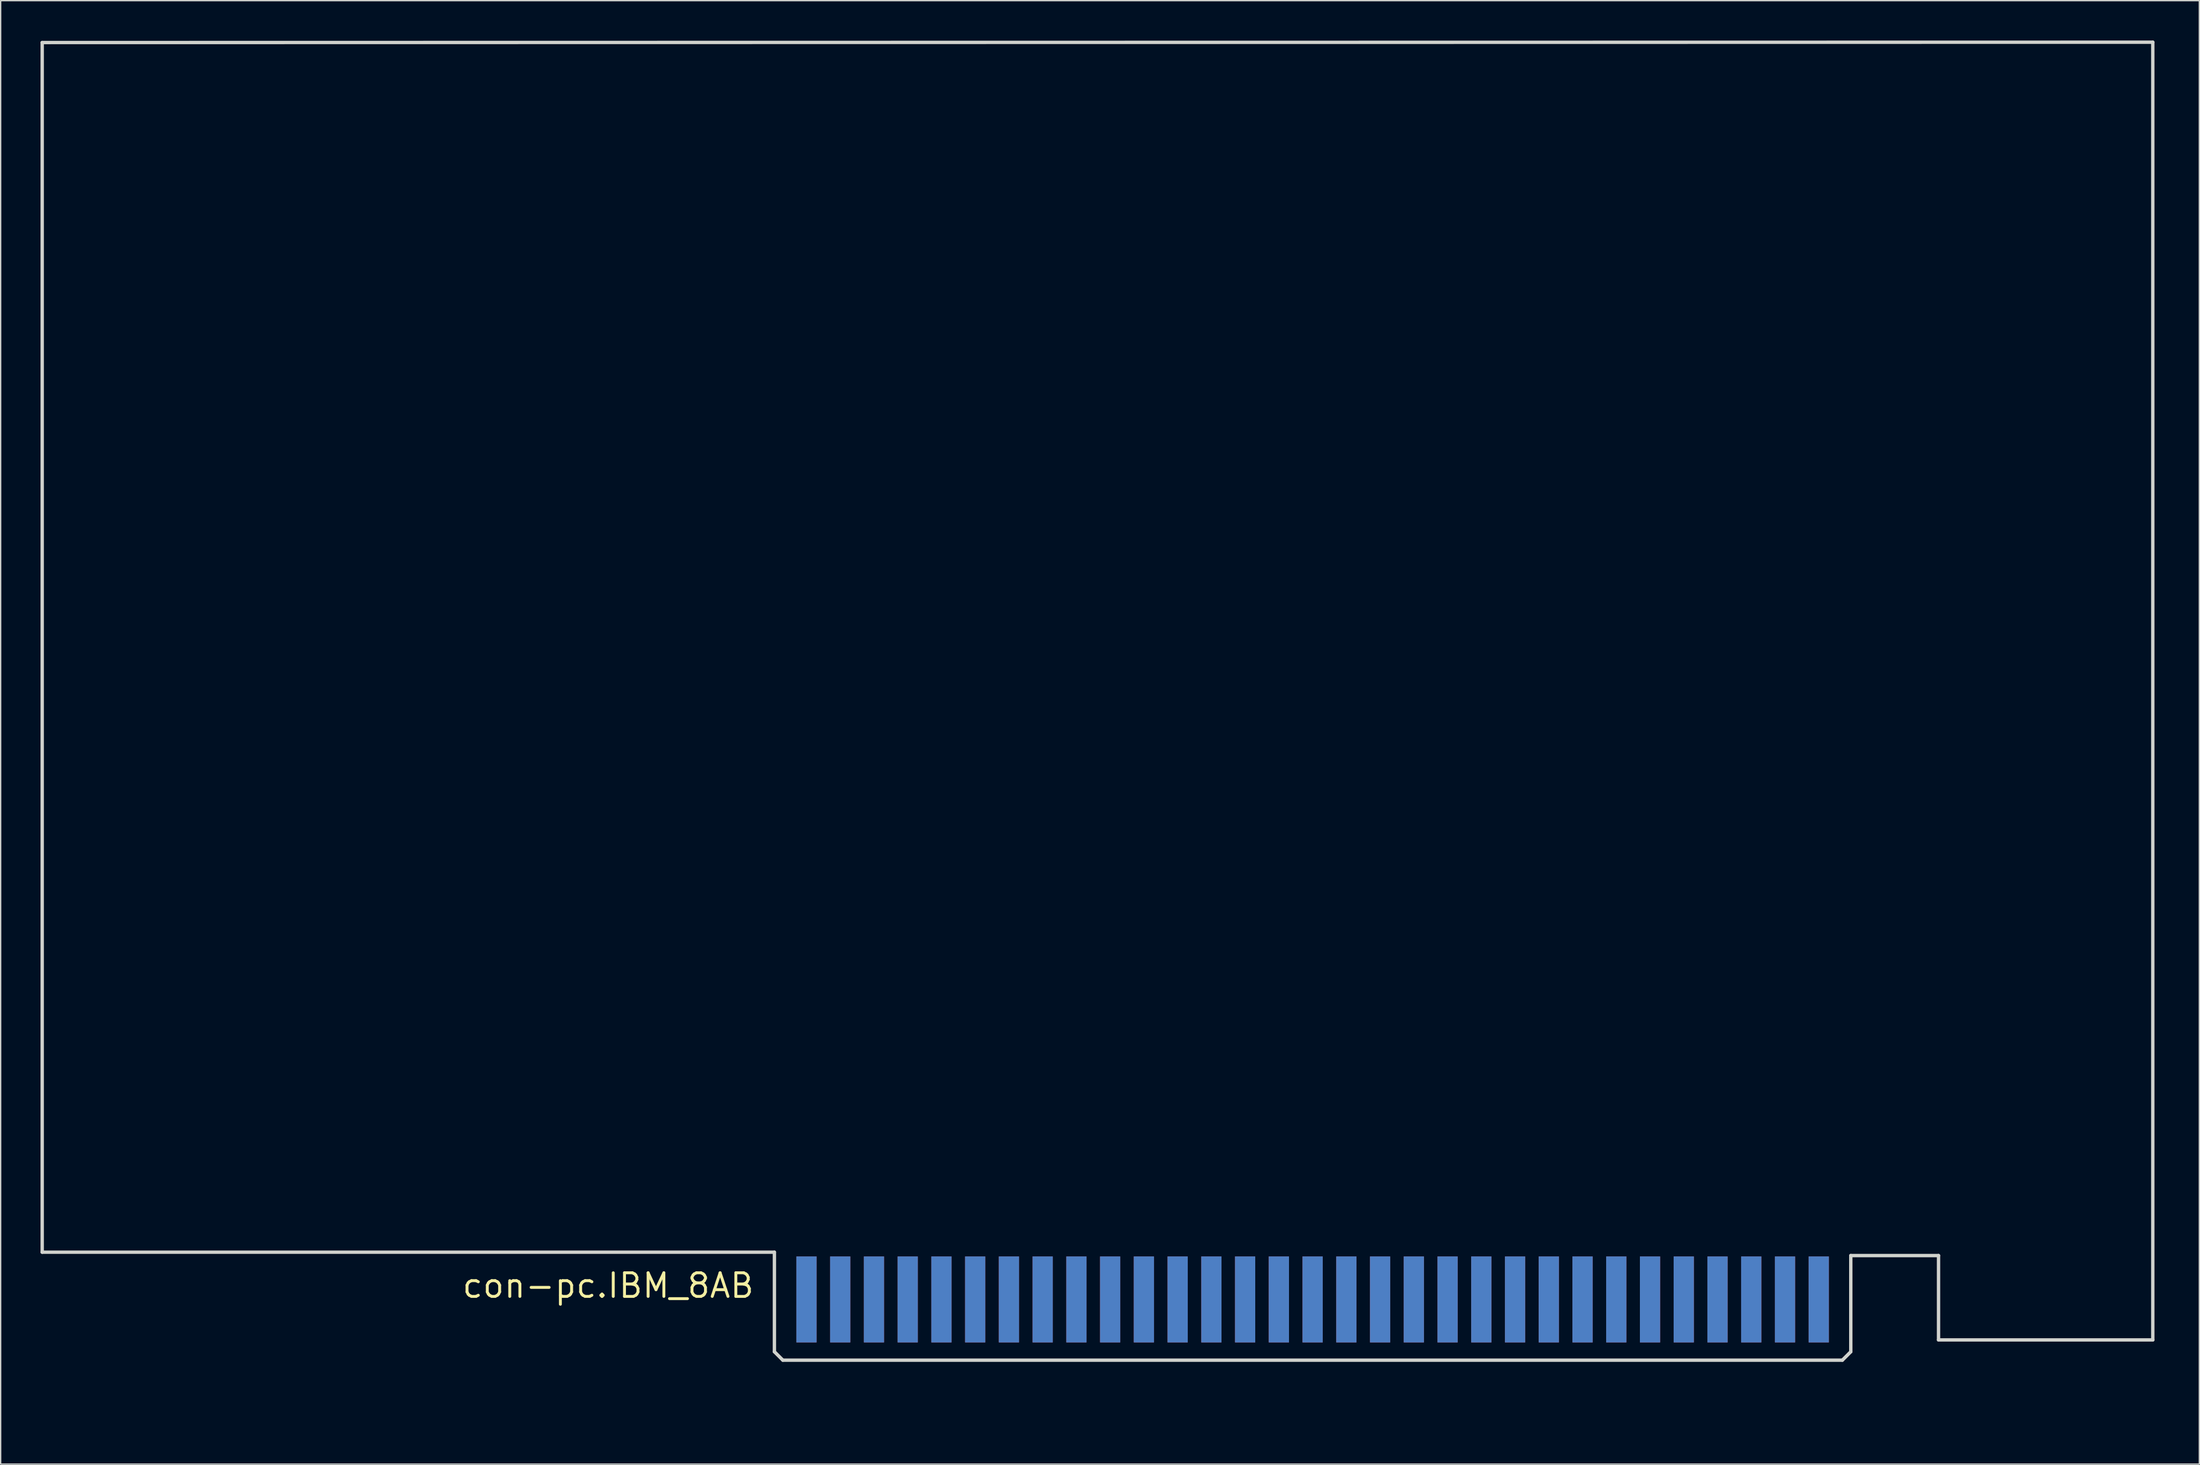
<source format=kicad_pcb>
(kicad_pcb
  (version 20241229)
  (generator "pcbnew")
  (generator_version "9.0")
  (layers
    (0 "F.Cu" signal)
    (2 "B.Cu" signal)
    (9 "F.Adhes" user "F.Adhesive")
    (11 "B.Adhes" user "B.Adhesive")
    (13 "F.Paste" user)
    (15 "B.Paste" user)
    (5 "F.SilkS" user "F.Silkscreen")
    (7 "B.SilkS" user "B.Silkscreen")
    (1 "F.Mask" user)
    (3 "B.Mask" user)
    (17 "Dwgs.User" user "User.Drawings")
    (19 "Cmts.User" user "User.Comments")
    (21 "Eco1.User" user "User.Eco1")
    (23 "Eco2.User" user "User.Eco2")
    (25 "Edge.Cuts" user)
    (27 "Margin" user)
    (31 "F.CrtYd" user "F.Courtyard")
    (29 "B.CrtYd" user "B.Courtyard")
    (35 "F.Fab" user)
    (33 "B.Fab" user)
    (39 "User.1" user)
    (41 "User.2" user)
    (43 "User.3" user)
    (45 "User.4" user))
  (footprint "con-pc.IBM_8AB"
    (layer "B.Cu")
    (at 159.258 99.847)
    (property "Reference" "con-pc.IBM_8AB" (at -127.635 -5.08 0) (layer "F.SilkS") (effects (font (size 1.778 1.778) (thickness 0.22)) (justify left bottom)))
    (attr smd)
    (fp_line (start -111.76 3.81) (end -16.51 3.81) (stroke (width 1.016) (type default)) (layer "F.Mask"))
    (fp_line (start -101.6 -2.54) (end -101.6 3.81) (stroke (width 1.016) (type default)) (layer "F.Mask"))
    (fp_line (start -99.06 -2.54) (end -99.06 3.81) (stroke (width 1.016) (type default)) (layer "F.Mask"))
    (fp_line (start -96.52 -2.54) (end -96.52 3.81) (stroke (width 1.016) (type default)) (layer "F.Mask"))
    (fp_line (start -93.98 -2.54) (end -93.98 3.81) (stroke (width 1.016) (type default)) (layer "F.Mask"))
    (fp_line (start -91.44 -2.54) (end -91.44 3.81) (stroke (width 1.016) (type default)) (layer "F.Mask"))
    (fp_line (start -88.9 -2.54) (end -88.9 3.81) (stroke (width 1.016) (type default)) (layer "F.Mask"))
    (fp_line (start -86.36 -2.54) (end -86.36 3.81) (stroke (width 1.016) (type default)) (layer "F.Mask"))
    (fp_line (start -83.82 -2.54) (end -83.82 3.81) (stroke (width 1.016) (type default)) (layer "F.Mask"))
    (fp_line (start -81.28 -2.54) (end -81.28 3.81) (stroke (width 1.016) (type default)) (layer "F.Mask"))
    (fp_line (start -78.74 -2.54) (end -78.74 3.81) (stroke (width 1.016) (type default)) (layer "F.Mask"))
    (fp_line (start -76.2 -2.54) (end -76.2 3.81) (stroke (width 1.016) (type default)) (layer "F.Mask"))
    (fp_line (start -73.66 -2.54) (end -73.66 3.81) (stroke (width 1.016) (type default)) (layer "F.Mask"))
    (fp_line (start -71.12 -2.54) (end -71.12 3.81) (stroke (width 1.016) (type default)) (layer "F.Mask"))
    (fp_line (start -68.58 -2.54) (end -68.58 3.81) (stroke (width 1.016) (type default)) (layer "F.Mask"))
    (fp_line (start -66.04 -2.54) (end -66.04 3.81) (stroke (width 1.016) (type default)) (layer "F.Mask"))
    (fp_line (start -63.5 -2.54) (end -63.5 3.81) (stroke (width 1.016) (type default)) (layer "F.Mask"))
    (fp_line (start -60.96 -2.54) (end -60.96 3.81) (stroke (width 1.016) (type default)) (layer "F.Mask"))
    (fp_line (start -58.42 -2.54) (end -58.42 3.81) (stroke (width 1.016) (type default)) (layer "F.Mask"))
    (fp_line (start -55.88 -2.54) (end -55.88 3.81) (stroke (width 1.016) (type default)) (layer "F.Mask"))
    (fp_line (start -53.34 -2.54) (end -53.34 3.81) (stroke (width 1.016) (type default)) (layer "F.Mask"))
    (fp_line (start -50.8 -2.54) (end -50.8 3.81) (stroke (width 1.016) (type default)) (layer "F.Mask"))
    (fp_line (start -48.26 -2.54) (end -48.26 3.81) (stroke (width 1.016) (type default)) (layer "F.Mask"))
    (fp_line (start -45.72 -2.54) (end -45.72 3.81) (stroke (width 1.016) (type default)) (layer "F.Mask"))
    (fp_line (start -43.18 -2.54) (end -43.18 3.81) (stroke (width 1.016) (type default)) (layer "F.Mask"))
    (fp_line (start -40.64 -2.54) (end -40.64 3.81) (stroke (width 1.016) (type default)) (layer "F.Mask"))
    (fp_line (start -38.1 -2.54) (end -38.1 3.81) (stroke (width 1.016) (type default)) (layer "F.Mask"))
    (fp_line (start -35.56 -2.54) (end -35.56 3.81) (stroke (width 1.016) (type default)) (layer "F.Mask"))
    (fp_line (start -33.02 -2.54) (end -33.02 3.81) (stroke (width 1.016) (type default)) (layer "F.Mask"))
    (fp_line (start -30.48 -2.54) (end -30.48 3.81) (stroke (width 1.016) (type default)) (layer "F.Mask"))
    (fp_line (start -27.94 -2.54) (end -27.94 3.81) (stroke (width 1.016) (type default)) (layer "F.Mask"))
    (fp_line (start -25.4 -2.54) (end -25.4 3.81) (stroke (width 1.016) (type default)) (layer "F.Mask"))
    (fp_rect (start -102.362 -1.778) (end -100.838 -8.382) (stroke (width 0.05) (type default)) (fill yes) (layer "F.Mask"))
    (fp_rect (start -99.822 -1.778) (end -98.298 -8.382) (stroke (width 0.05) (type default)) (fill yes) (layer "F.Mask"))
    (fp_rect (start -97.282 -1.778) (end -95.758 -8.382) (stroke (width 0.05) (type default)) (fill yes) (layer "F.Mask"))
    (fp_rect (start -94.742 -1.778) (end -93.218 -8.382) (stroke (width 0.05) (type default)) (fill yes) (layer "F.Mask"))
    (fp_rect (start -92.202 -1.778) (end -90.678 -8.382) (stroke (width 0.05) (type default)) (fill yes) (layer "F.Mask"))
    (fp_rect (start -89.662 -1.778) (end -88.138 -8.382) (stroke (width 0.05) (type default)) (fill yes) (layer "F.Mask"))
    (fp_rect (start -87.122 -1.778) (end -85.598 -8.382) (stroke (width 0.05) (type default)) (fill yes) (layer "F.Mask"))
    (fp_rect (start -84.582 -1.778) (end -83.058 -8.382) (stroke (width 0.05) (type default)) (fill yes) (layer "F.Mask"))
    (fp_rect (start -82.042 -1.778) (end -80.518 -8.382) (stroke (width 0.05) (type default)) (fill yes) (layer "F.Mask"))
    (fp_rect (start -79.502 -1.778) (end -77.978 -8.382) (stroke (width 0.05) (type default)) (fill yes) (layer "F.Mask"))
    (fp_rect (start -76.962 -1.778) (end -75.438 -8.382) (stroke (width 0.05) (type default)) (fill yes) (layer "F.Mask"))
    (fp_rect (start -74.422 -1.778) (end -72.898 -8.382) (stroke (width 0.05) (type default)) (fill yes) (layer "F.Mask"))
    (fp_rect (start -71.882 -1.778) (end -70.358 -8.382) (stroke (width 0.05) (type default)) (fill yes) (layer "F.Mask"))
    (fp_rect (start -69.342 -1.778) (end -67.818 -8.382) (stroke (width 0.05) (type default)) (fill yes) (layer "F.Mask"))
    (fp_rect (start -66.802 -1.778) (end -65.278 -8.382) (stroke (width 0.05) (type default)) (fill yes) (layer "F.Mask"))
    (fp_rect (start -64.262 -1.778) (end -62.738 -8.382) (stroke (width 0.05) (type default)) (fill yes) (layer "F.Mask"))
    (fp_rect (start -61.722 -1.778) (end -60.198 -8.382) (stroke (width 0.05) (type default)) (fill yes) (layer "F.Mask"))
    (fp_rect (start -59.182 -1.778) (end -57.658 -8.382) (stroke (width 0.05) (type default)) (fill yes) (layer "F.Mask"))
    (fp_rect (start -56.642 -1.778) (end -55.118 -8.382) (stroke (width 0.05) (type default)) (fill yes) (layer "F.Mask"))
    (fp_rect (start -54.102 -1.778) (end -52.578 -8.382) (stroke (width 0.05) (type default)) (fill yes) (layer "F.Mask"))
    (fp_rect (start -51.562 -1.778) (end -50.038 -8.382) (stroke (width 0.05) (type default)) (fill yes) (layer "F.Mask"))
    (fp_rect (start -49.022 -1.778) (end -47.498 -8.382) (stroke (width 0.05) (type default)) (fill yes) (layer "F.Mask"))
    (fp_rect (start -46.482 -1.778) (end -44.958 -8.382) (stroke (width 0.05) (type default)) (fill yes) (layer "F.Mask"))
    (fp_rect (start -43.942 -1.778) (end -42.418 -8.382) (stroke (width 0.05) (type default)) (fill yes) (layer "F.Mask"))
    (fp_rect (start -41.402 -1.778) (end -39.878 -8.382) (stroke (width 0.05) (type default)) (fill yes) (layer "F.Mask"))
    (fp_rect (start -38.862 -1.778) (end -37.338 -8.382) (stroke (width 0.05) (type default)) (fill yes) (layer "F.Mask"))
    (fp_rect (start -36.322 -1.778) (end -34.798 -8.382) (stroke (width 0.05) (type default)) (fill yes) (layer "F.Mask"))
    (fp_rect (start -33.782 -1.778) (end -32.258 -8.382) (stroke (width 0.05) (type default)) (fill yes) (layer "F.Mask"))
    (fp_rect (start -31.242 -1.778) (end -29.718 -8.382) (stroke (width 0.05) (type default)) (fill yes) (layer "F.Mask"))
    (fp_rect (start -28.702 -1.778) (end -27.178 -8.382) (stroke (width 0.05) (type default)) (fill yes) (layer "F.Mask"))
    (fp_rect (start -26.162 -1.778) (end -24.638 -8.382) (stroke (width 0.05) (type default)) (fill yes) (layer "F.Mask"))
    (fp_line (start -111.76 3.81) (end -16.51 3.81) (stroke (width 1.016) (type default)) (layer "B.Mask"))
    (fp_line (start -101.6 -2.54) (end -101.6 3.81) (stroke (width 1.016) (type default)) (layer "B.Mask"))
    (fp_line (start -99.06 -2.54) (end -99.06 3.81) (stroke (width 1.016) (type default)) (layer "B.Mask"))
    (fp_line (start -96.52 -2.54) (end -96.52 3.81) (stroke (width 1.016) (type default)) (layer "B.Mask"))
    (fp_line (start -93.98 -2.54) (end -93.98 3.81) (stroke (width 1.016) (type default)) (layer "B.Mask"))
    (fp_line (start -91.44 -2.54) (end -91.44 3.81) (stroke (width 1.016) (type default)) (layer "B.Mask"))
    (fp_line (start -88.9 -2.54) (end -88.9 3.81) (stroke (width 1.016) (type default)) (layer "B.Mask"))
    (fp_line (start -86.36 -2.54) (end -86.36 3.81) (stroke (width 1.016) (type default)) (layer "B.Mask"))
    (fp_line (start -83.82 -2.54) (end -83.82 3.81) (stroke (width 1.016) (type default)) (layer "B.Mask"))
    (fp_line (start -81.28 -2.54) (end -81.28 3.81) (stroke (width 1.016) (type default)) (layer "B.Mask"))
    (fp_line (start -78.74 -2.54) (end -78.74 3.81) (stroke (width 1.016) (type default)) (layer "B.Mask"))
    (fp_line (start -76.2 -2.54) (end -76.2 3.81) (stroke (width 1.016) (type default)) (layer "B.Mask"))
    (fp_line (start -73.66 -2.54) (end -73.66 3.81) (stroke (width 1.016) (type default)) (layer "B.Mask"))
    (fp_line (start -71.12 -2.54) (end -71.12 3.81) (stroke (width 1.016) (type default)) (layer "B.Mask"))
    (fp_line (start -68.58 -2.54) (end -68.58 3.81) (stroke (width 1.016) (type default)) (layer "B.Mask"))
    (fp_line (start -66.04 -2.54) (end -66.04 3.81) (stroke (width 1.016) (type default)) (layer "B.Mask"))
    (fp_line (start -63.5 -2.54) (end -63.5 3.81) (stroke (width 1.016) (type default)) (layer "B.Mask"))
    (fp_line (start -60.96 -2.54) (end -60.96 3.81) (stroke (width 1.016) (type default)) (layer "B.Mask"))
    (fp_line (start -58.42 -2.54) (end -58.42 3.81) (stroke (width 1.016) (type default)) (layer "B.Mask"))
    (fp_line (start -55.88 -2.54) (end -55.88 3.81) (stroke (width 1.016) (type default)) (layer "B.Mask"))
    (fp_line (start -53.34 -2.54) (end -53.34 3.81) (stroke (width 1.016) (type default)) (layer "B.Mask"))
    (fp_line (start -50.8 -2.54) (end -50.8 3.81) (stroke (width 1.016) (type default)) (layer "B.Mask"))
    (fp_line (start -48.26 -2.54) (end -48.26 3.81) (stroke (width 1.016) (type default)) (layer "B.Mask"))
    (fp_line (start -45.72 -2.54) (end -45.72 3.81) (stroke (width 1.016) (type default)) (layer "B.Mask"))
    (fp_line (start -43.18 -2.54) (end -43.18 3.81) (stroke (width 1.016) (type default)) (layer "B.Mask"))
    (fp_line (start -40.64 -2.54) (end -40.64 3.81) (stroke (width 1.016) (type default)) (layer "B.Mask"))
    (fp_line (start -38.1 -2.54) (end -38.1 3.81) (stroke (width 1.016) (type default)) (layer "B.Mask"))
    (fp_line (start -35.56 -2.54) (end -35.56 3.81) (stroke (width 1.016) (type default)) (layer "B.Mask"))
    (fp_line (start -33.02 -2.54) (end -33.02 3.81) (stroke (width 1.016) (type default)) (layer "B.Mask"))
    (fp_line (start -30.48 -2.54) (end -30.48 3.81) (stroke (width 1.016) (type default)) (layer "B.Mask"))
    (fp_line (start -27.94 -2.54) (end -27.94 3.81) (stroke (width 1.016) (type default)) (layer "B.Mask"))
    (fp_line (start -25.4 -2.54) (end -25.4 3.81) (stroke (width 1.016) (type default)) (layer "B.Mask"))
    (fp_rect (start -102.362 -1.778) (end -100.838 -8.382) (stroke (width 0.05) (type default)) (fill yes) (layer "B.Mask"))
    (fp_rect (start -99.822 -1.778) (end -98.298 -8.382) (stroke (width 0.05) (type default)) (fill yes) (layer "B.Mask"))
    (fp_rect (start -97.282 -1.778) (end -95.758 -8.382) (stroke (width 0.05) (type default)) (fill yes) (layer "B.Mask"))
    (fp_rect (start -94.742 -1.778) (end -93.218 -8.382) (stroke (width 0.05) (type default)) (fill yes) (layer "B.Mask"))
    (fp_rect (start -92.202 -1.778) (end -90.678 -8.382) (stroke (width 0.05) (type default)) (fill yes) (layer "B.Mask"))
    (fp_rect (start -89.662 -1.778) (end -88.138 -8.382) (stroke (width 0.05) (type default)) (fill yes) (layer "B.Mask"))
    (fp_rect (start -87.122 -1.778) (end -85.598 -8.382) (stroke (width 0.05) (type default)) (fill yes) (layer "B.Mask"))
    (fp_rect (start -84.582 -1.778) (end -83.058 -8.382) (stroke (width 0.05) (type default)) (fill yes) (layer "B.Mask"))
    (fp_rect (start -82.042 -1.778) (end -80.518 -8.382) (stroke (width 0.05) (type default)) (fill yes) (layer "B.Mask"))
    (fp_rect (start -79.502 -1.778) (end -77.978 -8.382) (stroke (width 0.05) (type default)) (fill yes) (layer "B.Mask"))
    (fp_rect (start -76.962 -1.778) (end -75.438 -8.382) (stroke (width 0.05) (type default)) (fill yes) (layer "B.Mask"))
    (fp_rect (start -74.422 -1.778) (end -72.898 -8.382) (stroke (width 0.05) (type default)) (fill yes) (layer "B.Mask"))
    (fp_rect (start -71.882 -1.778) (end -70.358 -8.382) (stroke (width 0.05) (type default)) (fill yes) (layer "B.Mask"))
    (fp_rect (start -69.342 -1.778) (end -67.818 -8.382) (stroke (width 0.05) (type default)) (fill yes) (layer "B.Mask"))
    (fp_rect (start -66.802 -1.778) (end -65.278 -8.382) (stroke (width 0.05) (type default)) (fill yes) (layer "B.Mask"))
    (fp_rect (start -64.262 -1.778) (end -62.738 -8.382) (stroke (width 0.05) (type default)) (fill yes) (layer "B.Mask"))
    (fp_rect (start -61.722 -1.778) (end -60.198 -8.382) (stroke (width 0.05) (type default)) (fill yes) (layer "B.Mask"))
    (fp_rect (start -59.182 -1.778) (end -57.658 -8.382) (stroke (width 0.05) (type default)) (fill yes) (layer "B.Mask"))
    (fp_rect (start -56.642 -1.778) (end -55.118 -8.382) (stroke (width 0.05) (type default)) (fill yes) (layer "B.Mask"))
    (fp_rect (start -54.102 -1.778) (end -52.578 -8.382) (stroke (width 0.05) (type default)) (fill yes) (layer "B.Mask"))
    (fp_rect (start -51.562 -1.778) (end -50.038 -8.382) (stroke (width 0.05) (type default)) (fill yes) (layer "B.Mask"))
    (fp_rect (start -49.022 -1.778) (end -47.498 -8.382) (stroke (width 0.05) (type default)) (fill yes) (layer "B.Mask"))
    (fp_rect (start -46.482 -1.778) (end -44.958 -8.382) (stroke (width 0.05) (type default)) (fill yes) (layer "B.Mask"))
    (fp_rect (start -43.942 -1.778) (end -42.418 -8.382) (stroke (width 0.05) (type default)) (fill yes) (layer "B.Mask"))
    (fp_rect (start -41.402 -1.778) (end -39.878 -8.382) (stroke (width 0.05) (type default)) (fill yes) (layer "B.Mask"))
    (fp_rect (start -38.862 -1.778) (end -37.338 -8.382) (stroke (width 0.05) (type default)) (fill yes) (layer "B.Mask"))
    (fp_rect (start -36.322 -1.778) (end -34.798 -8.382) (stroke (width 0.05) (type default)) (fill yes) (layer "B.Mask"))
    (fp_rect (start -33.782 -1.778) (end -32.258 -8.382) (stroke (width 0.05) (type default)) (fill yes) (layer "B.Mask"))
    (fp_rect (start -31.242 -1.778) (end -29.718 -8.382) (stroke (width 0.05) (type default)) (fill yes) (layer "B.Mask"))
    (fp_rect (start -28.702 -1.778) (end -27.178 -8.382) (stroke (width 0.05) (type default)) (fill yes) (layer "B.Mask"))
    (fp_rect (start -26.162 -1.778) (end -24.638 -8.382) (stroke (width 0.05) (type default)) (fill yes) (layer "B.Mask"))
    (fp_line (start -159.131 -99.695) (end -159.131 -8.636) (stroke (width 0.254) (type default)) (layer "Edge.Cuts"))
    (fp_line (start -159.131 -99.695) (end -0.254 -99.72) (stroke (width 0.254) (type default)) (layer "Edge.Cuts"))
    (fp_line (start -159.131 -8.636) (end -104.013 -8.636) (stroke (width 0.254) (type default)) (layer "Edge.Cuts"))
    (fp_line (start -104.013 -8.636) (end -104.013 -1.143) (stroke (width 0.254) (type default)) (layer "Edge.Cuts"))
    (fp_line (start -103.378 -0.508) (end -104.013 -1.143) (stroke (width 0.254) (type default)) (layer "Edge.Cuts"))
    (fp_line (start -23.622 -0.508) (end -103.378 -0.508) (stroke (width 0.254) (type default)) (layer "Edge.Cuts"))
    (fp_line (start -22.987 -8.382) (end -22.987 -1.143) (stroke (width 0.254) (type default)) (layer "Edge.Cuts"))
    (fp_line (start -22.987 -1.143) (end -23.622 -0.508) (stroke (width 0.254) (type default)) (layer "Edge.Cuts"))
    (fp_line (start -16.383 -8.382) (end -22.987 -8.382) (stroke (width 0.254) (type default)) (layer "Edge.Cuts"))
    (fp_line (start -16.383 -2.032) (end -16.383 -8.382) (stroke (width 0.254) (type default)) (layer "Edge.Cuts"))
    (fp_line (start -0.254 -99.72) (end -0.254 -2.032) (stroke (width 0.254) (type default)) (layer "Edge.Cuts"))
    (fp_line (start -0.254 -2.032) (end -16.383 -2.032) (stroke (width 0.254) (type default)) (layer "Edge.Cuts"))
    (pad "A1" smd roundrect (at -25.4 -5.08) (size 1.524 6.477) (layers "F.Cu" "F.Mask" "F.Paste") (roundrect_rratio 0.01))
    (pad "A2" smd roundrect (at -27.94 -5.08) (size 1.524 6.477) (layers "F.Cu" "F.Mask" "F.Paste") (roundrect_rratio 0.01))
    (pad "A3" smd roundrect (at -30.48 -5.08) (size 1.524 6.477) (layers "F.Cu" "F.Mask" "F.Paste") (roundrect_rratio 0.01))
    (pad "A4" smd roundrect (at -33.02 -5.08) (size 1.524 6.477) (layers "F.Cu" "F.Mask" "F.Paste") (roundrect_rratio 0.01))
    (pad "A5" smd roundrect (at -35.56 -5.08) (size 1.524 6.477) (layers "F.Cu" "F.Mask" "F.Paste") (roundrect_rratio 0.01))
    (pad "A6" smd roundrect (at -38.1 -5.08) (size 1.524 6.477) (layers "F.Cu" "F.Mask" "F.Paste") (roundrect_rratio 0.01))
    (pad "A7" smd roundrect (at -40.64 -5.08) (size 1.524 6.477) (layers "F.Cu" "F.Mask" "F.Paste") (roundrect_rratio 0.01))
    (pad "A8" smd roundrect (at -43.18 -5.08) (size 1.524 6.477) (layers "F.Cu" "F.Mask" "F.Paste") (roundrect_rratio 0.01))
    (pad "A9" smd roundrect (at -45.72 -5.08) (size 1.524 6.477) (layers "F.Cu" "F.Mask" "F.Paste") (roundrect_rratio 0.01))
    (pad "A10" smd roundrect (at -48.26 -5.08) (size 1.524 6.477) (layers "F.Cu" "F.Mask" "F.Paste") (roundrect_rratio 0.01))
    (pad "A11" smd roundrect (at -50.8 -5.08) (size 1.524 6.477) (layers "F.Cu" "F.Mask" "F.Paste") (roundrect_rratio 0.01))
    (pad "A12" smd roundrect (at -53.34 -5.08) (size 1.524 6.477) (layers "F.Cu" "F.Mask" "F.Paste") (roundrect_rratio 0.01))
    (pad "A13" smd roundrect (at -55.88 -5.08) (size 1.524 6.477) (layers "F.Cu" "F.Mask" "F.Paste") (roundrect_rratio 0.01))
    (pad "A14" smd roundrect (at -58.42 -5.08) (size 1.524 6.477) (layers "F.Cu" "F.Mask" "F.Paste") (roundrect_rratio 0.01))
    (pad "A15" smd roundrect (at -60.96 -5.08) (size 1.524 6.477) (layers "F.Cu" "F.Mask" "F.Paste") (roundrect_rratio 0.01))
    (pad "A16" smd roundrect (at -63.5 -5.08) (size 1.524 6.477) (layers "F.Cu" "F.Mask" "F.Paste") (roundrect_rratio 0.01))
    (pad "A17" smd roundrect (at -66.04 -5.08) (size 1.524 6.477) (layers "F.Cu" "F.Mask" "F.Paste") (roundrect_rratio 0.01))
    (pad "A18" smd roundrect (at -68.58 -5.08) (size 1.524 6.477) (layers "F.Cu" "F.Mask" "F.Paste") (roundrect_rratio 0.01))
    (pad "A19" smd roundrect (at -71.12 -5.08) (size 1.524 6.477) (layers "F.Cu" "F.Mask" "F.Paste") (roundrect_rratio 0.01))
    (pad "A20" smd roundrect (at -73.66 -5.08) (size 1.524 6.477) (layers "F.Cu" "F.Mask" "F.Paste") (roundrect_rratio 0.01))
    (pad "A21" smd roundrect (at -76.2 -5.08) (size 1.524 6.477) (layers "F.Cu" "F.Mask" "F.Paste") (roundrect_rratio 0.01))
    (pad "A22" smd roundrect (at -78.74 -5.08) (size 1.524 6.477) (layers "F.Cu" "F.Mask" "F.Paste") (roundrect_rratio 0.01))
    (pad "A23" smd roundrect (at -81.28 -5.08) (size 1.524 6.477) (layers "F.Cu" "F.Mask" "F.Paste") (roundrect_rratio 0.01))
    (pad "A24" smd roundrect (at -83.82 -5.08) (size 1.524 6.477) (layers "F.Cu" "F.Mask" "F.Paste") (roundrect_rratio 0.01))
    (pad "A25" smd roundrect (at -86.36 -5.08) (size 1.524 6.477) (layers "F.Cu" "F.Mask" "F.Paste") (roundrect_rratio 0.01))
    (pad "A26" smd roundrect (at -88.9 -5.08) (size 1.524 6.477) (layers "F.Cu" "F.Mask" "F.Paste") (roundrect_rratio 0.01))
    (pad "A27" smd roundrect (at -91.44 -5.08) (size 1.524 6.477) (layers "F.Cu" "F.Mask" "F.Paste") (roundrect_rratio 0.01))
    (pad "A28" smd roundrect (at -93.98 -5.08) (size 1.524 6.477) (layers "F.Cu" "F.Mask" "F.Paste") (roundrect_rratio 0.01))
    (pad "A29" smd roundrect (at -96.52 -5.08) (size 1.524 6.477) (layers "F.Cu" "F.Mask" "F.Paste") (roundrect_rratio 0.01))
    (pad "A30" smd roundrect (at -99.06 -5.08) (size 1.524 6.477) (layers "F.Cu" "F.Mask" "F.Paste") (roundrect_rratio 0.01))
    (pad "A31" smd roundrect (at -101.6 -5.08) (size 1.524 6.477) (layers "F.Cu" "F.Mask" "F.Paste") (roundrect_rratio 0.01))
    (pad "B1" smd roundrect (at -25.4 -5.08) (size 1.524 6.477) (layers "B.Cu" "B.Mask" "B.Paste") (roundrect_rratio 0.01))
    (pad "B2" smd roundrect (at -27.94 -5.08) (size 1.524 6.477) (layers "B.Cu" "B.Mask" "B.Paste") (roundrect_rratio 0.01))
    (pad "B3" smd roundrect (at -30.48 -5.08) (size 1.524 6.477) (layers "B.Cu" "B.Mask" "B.Paste") (roundrect_rratio 0.01))
    (pad "B4" smd roundrect (at -33.02 -5.08) (size 1.524 6.477) (layers "B.Cu" "B.Mask" "B.Paste") (roundrect_rratio 0.01))
    (pad "B5" smd roundrect (at -35.56 -5.08) (size 1.524 6.477) (layers "B.Cu" "B.Mask" "B.Paste") (roundrect_rratio 0.01))
    (pad "B6" smd roundrect (at -38.1 -5.08) (size 1.524 6.477) (layers "B.Cu" "B.Mask" "B.Paste") (roundrect_rratio 0.01))
    (pad "B7" smd roundrect (at -40.64 -5.08) (size 1.524 6.477) (layers "B.Cu" "B.Mask" "B.Paste") (roundrect_rratio 0.01))
    (pad "B8" smd roundrect (at -43.18 -5.08) (size 1.524 6.477) (layers "B.Cu" "B.Mask" "B.Paste") (roundrect_rratio 0.01))
    (pad "B9" smd roundrect (at -45.72 -5.08) (size 1.524 6.477) (layers "B.Cu" "B.Mask" "B.Paste") (roundrect_rratio 0.01))
    (pad "B10" smd roundrect (at -48.26 -5.08) (size 1.524 6.477) (layers "B.Cu" "B.Mask" "B.Paste") (roundrect_rratio 0.01))
    (pad "B11" smd roundrect (at -50.8 -5.08) (size 1.524 6.477) (layers "B.Cu" "B.Mask" "B.Paste") (roundrect_rratio 0.01))
    (pad "B12" smd roundrect (at -53.34 -5.08) (size 1.524 6.477) (layers "B.Cu" "B.Mask" "B.Paste") (roundrect_rratio 0.01))
    (pad "B13" smd roundrect (at -55.88 -5.08) (size 1.524 6.477) (layers "B.Cu" "B.Mask" "B.Paste") (roundrect_rratio 0.01))
    (pad "B14" smd roundrect (at -58.42 -5.08) (size 1.524 6.477) (layers "B.Cu" "B.Mask" "B.Paste") (roundrect_rratio 0.01))
    (pad "B15" smd roundrect (at -60.96 -5.08) (size 1.524 6.477) (layers "B.Cu" "B.Mask" "B.Paste") (roundrect_rratio 0.01))
    (pad "B16" smd roundrect (at -63.5 -5.08) (size 1.524 6.477) (layers "B.Cu" "B.Mask" "B.Paste") (roundrect_rratio 0.01))
    (pad "B17" smd roundrect (at -66.04 -5.08) (size 1.524 6.477) (layers "B.Cu" "B.Mask" "B.Paste") (roundrect_rratio 0.01))
    (pad "B18" smd roundrect (at -68.58 -5.08) (size 1.524 6.477) (layers "B.Cu" "B.Mask" "B.Paste") (roundrect_rratio 0.01))
    (pad "B19" smd roundrect (at -71.12 -5.08) (size 1.524 6.477) (layers "B.Cu" "B.Mask" "B.Paste") (roundrect_rratio 0.01))
    (pad "B20" smd roundrect (at -73.66 -5.08) (size 1.524 6.477) (layers "B.Cu" "B.Mask" "B.Paste") (roundrect_rratio 0.01))
    (pad "B21" smd roundrect (at -76.2 -5.08) (size 1.524 6.477) (layers "B.Cu" "B.Mask" "B.Paste") (roundrect_rratio 0.01))
    (pad "B22" smd roundrect (at -78.74 -5.08) (size 1.524 6.477) (layers "B.Cu" "B.Mask" "B.Paste") (roundrect_rratio 0.01))
    (pad "B23" smd roundrect (at -81.28 -5.08) (size 1.524 6.477) (layers "B.Cu" "B.Mask" "B.Paste") (roundrect_rratio 0.01))
    (pad "B24" smd roundrect (at -83.82 -5.08) (size 1.524 6.477) (layers "B.Cu" "B.Mask" "B.Paste") (roundrect_rratio 0.01))
    (pad "B25" smd roundrect (at -86.36 -5.08) (size 1.524 6.477) (layers "B.Cu" "B.Mask" "B.Paste") (roundrect_rratio 0.01))
    (pad "B26" smd roundrect (at -88.9 -5.08) (size 1.524 6.477) (layers "B.Cu" "B.Mask" "B.Paste") (roundrect_rratio 0.01))
    (pad "B27" smd roundrect (at -91.44 -5.08) (size 1.524 6.477) (layers "B.Cu" "B.Mask" "B.Paste") (roundrect_rratio 0.01))
    (pad "B28" smd roundrect (at -93.98 -5.08) (size 1.524 6.477) (layers "B.Cu" "B.Mask" "B.Paste") (roundrect_rratio 0.01))
    (pad "B29" smd roundrect (at -96.52 -5.08) (size 1.524 6.477) (layers "B.Cu" "B.Mask" "B.Paste") (roundrect_rratio 0.01))
    (pad "B30" smd roundrect (at -99.06 -5.08) (size 1.524 6.477) (layers "B.Cu" "B.Mask" "B.Paste") (roundrect_rratio 0.01))
    (pad "B31" smd roundrect (at -101.6 -5.08) (size 1.524 6.477) (layers "B.Cu" "B.Mask" "B.Paste") (roundrect_rratio 0.01)))
  (gr_rect
    (start -3 -3)
    (end 162.508 107.165)
    (stroke (width 0.1) (type default))
    (fill no)
    (layer "Edge.Cuts")))
</source>
